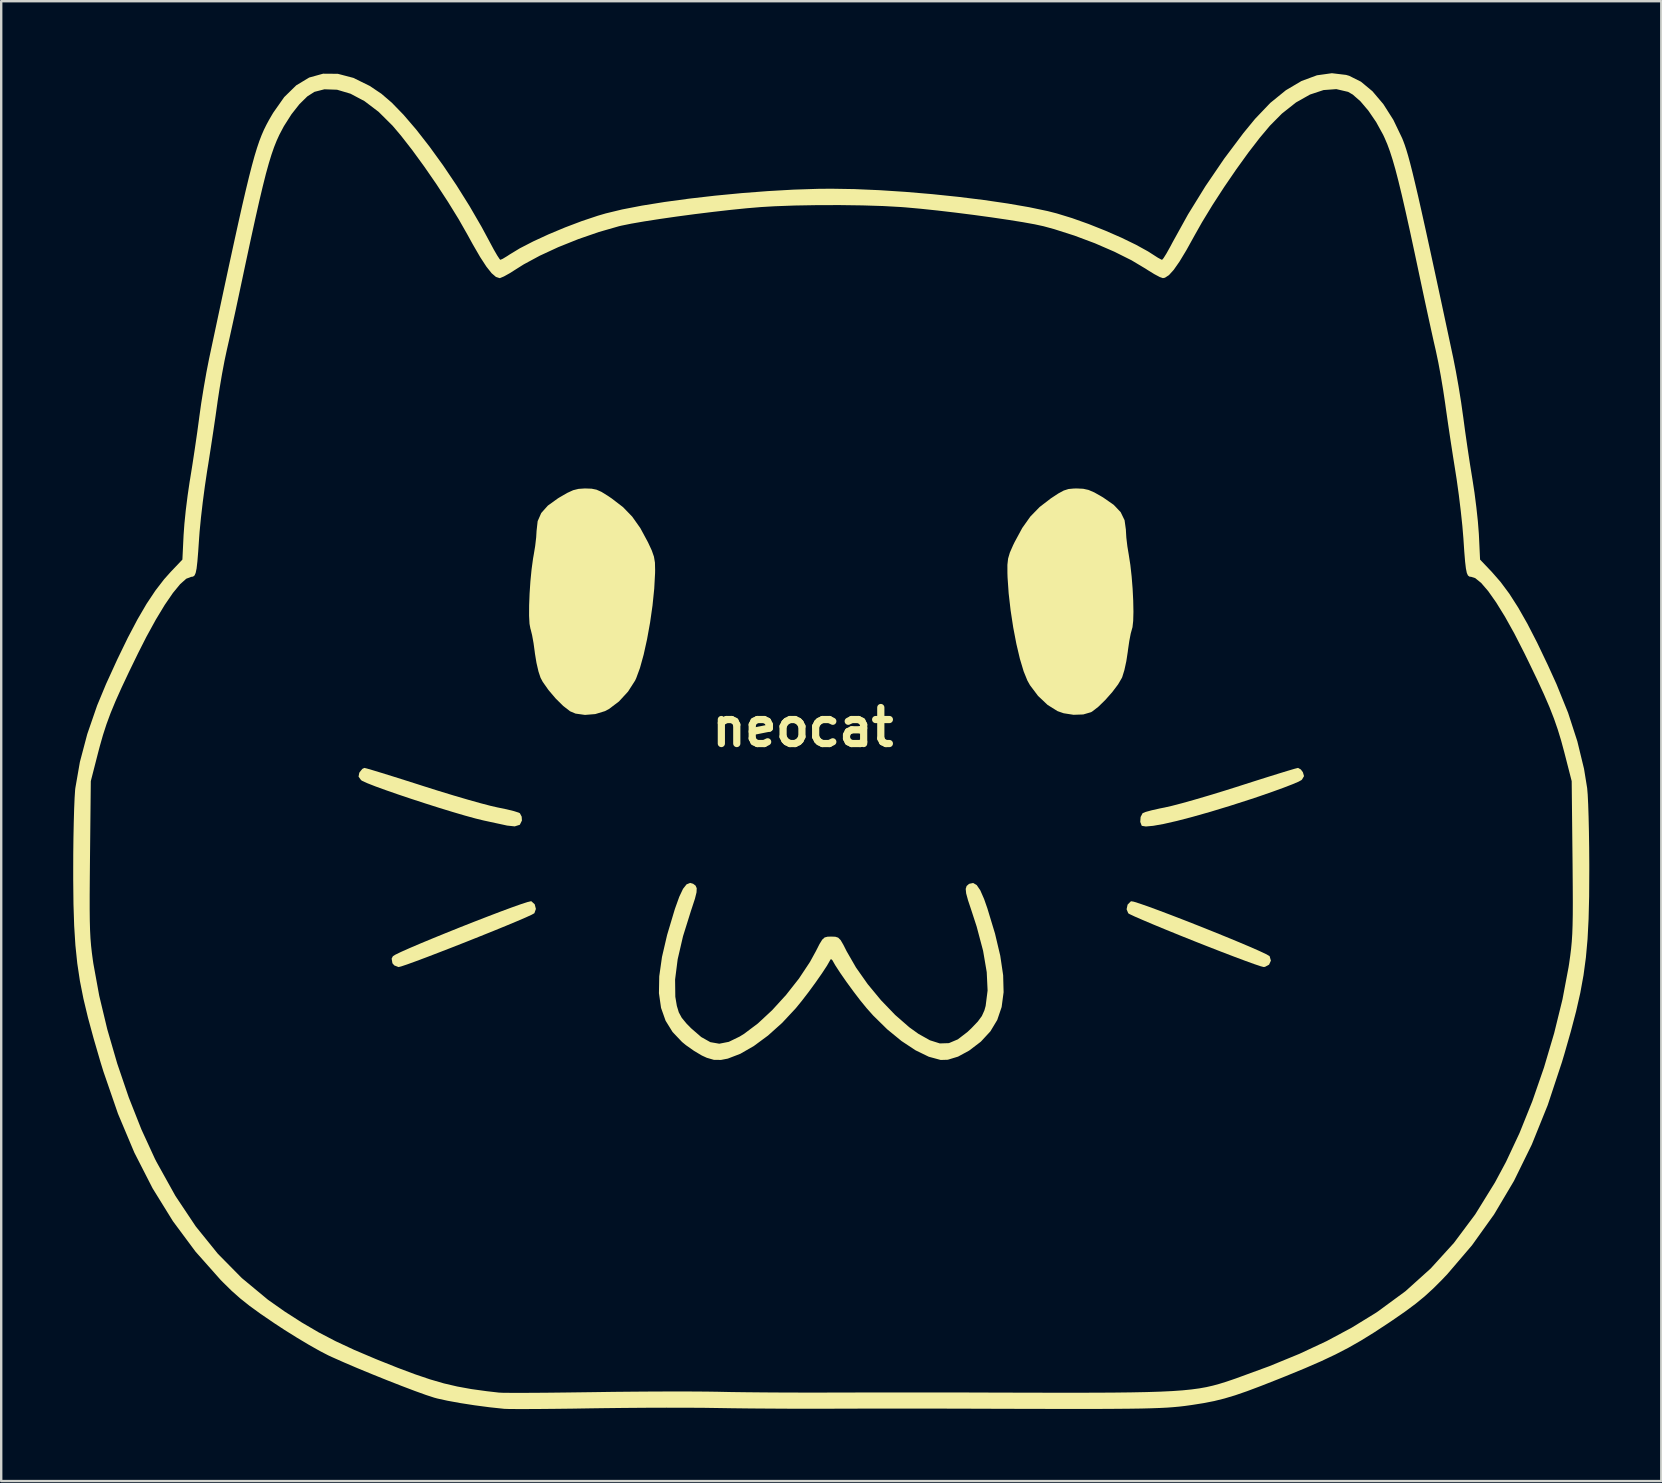
<source format=kicad_pcb>
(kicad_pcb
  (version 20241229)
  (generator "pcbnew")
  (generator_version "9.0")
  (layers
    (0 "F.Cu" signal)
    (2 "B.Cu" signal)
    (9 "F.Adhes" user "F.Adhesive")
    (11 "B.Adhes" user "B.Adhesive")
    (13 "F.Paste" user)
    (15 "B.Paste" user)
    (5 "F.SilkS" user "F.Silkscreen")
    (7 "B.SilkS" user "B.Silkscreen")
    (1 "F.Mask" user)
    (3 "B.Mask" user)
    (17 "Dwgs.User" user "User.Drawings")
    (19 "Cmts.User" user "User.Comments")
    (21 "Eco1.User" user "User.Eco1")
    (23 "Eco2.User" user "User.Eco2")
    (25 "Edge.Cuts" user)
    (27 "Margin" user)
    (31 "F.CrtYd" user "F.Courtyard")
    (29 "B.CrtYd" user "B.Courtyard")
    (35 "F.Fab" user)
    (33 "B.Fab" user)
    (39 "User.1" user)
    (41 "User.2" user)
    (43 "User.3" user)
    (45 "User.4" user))
  (footprint "neocat"
    (layer "F.Cu")
    (at 30.395 27.248)
    (property "Reference" "neocat" (at 0 0 0) (layer "F.SilkS") (effects (font (size 1.5 1.5) (thickness 0.3))))
    (attr board_only exclude_from_pos_files exclude_from_bom)
    (fp_poly (pts (xy -11.308 7.249) (xy -11.168 7.377) (xy -11.119 7.569) (xy -11.18 7.742) (xy -11.188 7.751) (xy -11.296 7.811) (xy -11.54 7.923) (xy -11.896 8.076) (xy -12.344 8.263) (xy -12.859 8.474) (xy -13.421 8.7) (xy -14.005 8.933) (xy -14.589 9.163) (xy -15.152 9.381) (xy -15.67 9.58) (xy -16.121 9.749) (xy -16.482 9.88) (xy -16.73 9.963) (xy -16.842 9.991) (xy -17.018 9.922) (xy -17.096 9.833) (xy -17.129 9.64) (xy -17.078 9.54) (xy -16.975 9.475) (xy -16.736 9.359) (xy -16.385 9.203) (xy -15.943 9.014) (xy -15.431 8.801) (xy -14.872 8.573) (xy -14.288 8.338) (xy -13.7 8.106) (xy -13.13 7.885) (xy -12.601 7.683) (xy -12.134 7.51) (xy -11.751 7.374) (xy -11.474 7.284) (xy -11.324 7.248)) (stroke (width 0) (type solid)) (fill yes) (layer "F.SilkS"))
    (fp_poly (pts (xy 13.787 7.267) (xy 14.029 7.343) (xy 14.384 7.466) (xy 14.829 7.63) (xy 15.342 7.824) (xy 15.902 8.04) (xy 16.487 8.27) (xy 17.075 8.505) (xy 17.643 8.736) (xy 18.171 8.954) (xy 18.636 9.151) (xy 19.016 9.318) (xy 19.289 9.446) (xy 19.434 9.527) (xy 19.449 9.54) (xy 19.502 9.723) (xy 19.426 9.89) (xy 19.254 9.983) (xy 19.195 9.988) (xy 19.074 9.956) (xy 18.815 9.869) (xy 18.439 9.733) (xy 17.966 9.556) (xy 17.414 9.345) (xy 16.804 9.107) (xy 16.341 8.924) (xy 15.704 8.669) (xy 15.115 8.429) (xy 14.593 8.213) (xy 14.157 8.028) (xy 13.826 7.884) (xy 13.62 7.787) (xy 13.559 7.751) (xy 13.49 7.582) (xy 13.532 7.389) (xy 13.666 7.254) (xy 13.679 7.249)) (stroke (width 0) (type solid)) (fill yes) (layer "F.SilkS"))
    (fp_poly (pts (xy 20.75 1.76) (xy 20.834 1.873) (xy 20.882 2.036) (xy 20.8 2.175) (xy 20.773 2.202) (xy 20.651 2.269) (xy 20.391 2.379) (xy 20.02 2.522) (xy 19.56 2.689) (xy 19.036 2.871) (xy 18.669 2.994) (xy 17.795 3.275) (xy 16.982 3.522) (xy 16.241 3.732) (xy 15.588 3.902) (xy 15.037 4.028) (xy 14.601 4.106) (xy 14.293 4.134) (xy 14.129 4.108) (xy 14.118 4.099) (xy 14.059 3.943) (xy 14.074 3.738) (xy 14.155 3.583) (xy 14.161 3.578) (xy 14.286 3.527) (xy 14.536 3.459) (xy 14.868 3.384) (xy 15.071 3.344) (xy 15.367 3.277) (xy 15.793 3.166) (xy 16.32 3.018) (xy 16.916 2.843) (xy 17.552 2.649) (xy 18.197 2.446) (xy 18.203 2.443) (xy 18.803 2.251) (xy 19.353 2.077) (xy 19.831 1.928) (xy 20.217 1.81) (xy 20.488 1.73) (xy 20.625 1.695) (xy 20.635 1.694)) (stroke (width 0) (type solid)) (fill yes) (layer "F.SilkS"))
    (fp_poly (pts (xy -18.16 1.719) (xy -17.916 1.79) (xy -17.553 1.9) (xy -17.093 2.043) (xy -16.557 2.212) (xy -15.966 2.4) (xy -15.833 2.443) (xy -15.188 2.647) (xy -14.552 2.841) (xy -13.955 3.016) (xy -13.428 3.164) (xy -13 3.276) (xy -12.702 3.344) (xy -12.7 3.344) (xy -12.341 3.418) (xy -12.039 3.492) (xy -11.838 3.556) (xy -11.786 3.582) (xy -11.711 3.725) (xy -11.701 3.887) (xy -11.789 4.063) (xy -12.002 4.13) (xy -12.319 4.096) (xy -12.473 4.062) (xy -12.746 4.003) (xy -13.093 3.928) (xy -13.293 3.885) (xy -13.632 3.802) (xy -14.069 3.682) (xy -14.579 3.532) (xy -15.138 3.361) (xy -15.72 3.176) (xy -16.303 2.986) (xy -16.86 2.799) (xy -17.368 2.622) (xy -17.801 2.465) (xy -18.135 2.334) (xy -18.346 2.239) (xy -18.402 2.203) (xy -18.507 2.058) (xy -18.479 1.905) (xy -18.463 1.873) (xy -18.35 1.734) (xy -18.264 1.694)) (stroke (width 0) (type solid)) (fill yes) (layer "F.SilkS"))
    (fp_poly (pts (xy -8.798 -9.939) (xy -8.595 -9.898) (xy -8.387 -9.806) (xy -8.121 -9.641) (xy -7.962 -9.533) (xy -7.49 -9.171) (xy -7.105 -8.773) (xy -6.768 -8.296) (xy -6.449 -7.705) (xy -6.292 -7.367) (xy -6.201 -7.108) (xy -6.159 -6.858) (xy -6.152 -6.549) (xy -6.154 -6.42) (xy -6.189 -5.774) (xy -6.26 -5.077) (xy -6.362 -4.362) (xy -6.488 -3.666) (xy -6.63 -3.024) (xy -6.783 -2.471) (xy -6.941 -2.041) (xy -6.986 -1.945) (xy -7.281 -1.485) (xy -7.659 -1.074) (xy -8.073 -0.761) (xy -8.241 -0.672) (xy -8.644 -0.549) (xy -9.074 -0.514) (xy -9.468 -0.569) (xy -9.694 -0.665) (xy -9.98 -0.886) (xy -10.296 -1.199) (xy -10.596 -1.552) (xy -10.834 -1.891) (xy -10.925 -2.062) (xy -11.012 -2.324) (xy -11.095 -2.683) (xy -11.159 -3.072) (xy -11.167 -3.139) (xy -11.217 -3.504) (xy -11.277 -3.835) (xy -11.335 -4.07) (xy -11.347 -4.106) (xy -11.385 -4.31) (xy -11.403 -4.646) (xy -11.401 -5.077) (xy -11.382 -5.566) (xy -11.348 -6.079) (xy -11.299 -6.577) (xy -11.238 -7.026) (xy -11.21 -7.183) (xy -11.149 -7.552) (xy -11.107 -7.914) (xy -11.091 -8.181) (xy -11.046 -8.585) (xy -10.896 -8.926) (xy -10.621 -9.234) (xy -10.201 -9.536) (xy -10.146 -9.57) (xy -9.815 -9.762) (xy -9.566 -9.876) (xy -9.343 -9.931) (xy -9.09 -9.948) (xy -9.047 -9.948)) (stroke (width 0) (type solid)) (fill yes) (layer "F.SilkS"))
    (fp_poly (pts (xy 11.68 -9.936) (xy 11.904 -9.887) (xy 12.146 -9.783) (xy 12.461 -9.604) (xy 12.517 -9.57) (xy 12.953 -9.266) (xy 13.243 -8.961) (xy 13.406 -8.625) (xy 13.461 -8.229) (xy 13.462 -8.181) (xy 13.479 -7.902) (xy 13.522 -7.538) (xy 13.581 -7.183) (xy 13.646 -6.765) (xy 13.7 -6.282) (xy 13.741 -5.771) (xy 13.766 -5.268) (xy 13.775 -4.809) (xy 13.765 -4.431) (xy 13.736 -4.17) (xy 13.718 -4.106) (xy 13.662 -3.903) (xy 13.602 -3.59) (xy 13.549 -3.228) (xy 13.538 -3.139) (xy 13.479 -2.753) (xy 13.398 -2.381) (xy 13.31 -2.096) (xy 13.295 -2.059) (xy 13.135 -1.785) (xy 12.89 -1.461) (xy 12.601 -1.135) (xy 12.31 -0.851) (xy 12.056 -0.655) (xy 12.007 -0.627) (xy 11.683 -0.533) (xy 11.28 -0.519) (xy 10.867 -0.583) (xy 10.612 -0.672) (xy 10.198 -0.931) (xy 9.799 -1.308) (xy 9.464 -1.754) (xy 9.357 -1.945) (xy 9.2 -2.332) (xy 9.044 -2.853) (xy 8.898 -3.473) (xy 8.767 -4.157) (xy 8.658 -4.87) (xy 8.577 -5.576) (xy 8.531 -6.24) (xy 8.525 -6.42) (xy 8.524 -6.765) (xy 8.553 -7.027) (xy 8.626 -7.275) (xy 8.759 -7.579) (xy 8.82 -7.705) (xy 9.144 -8.304) (xy 9.481 -8.779) (xy 9.867 -9.176) (xy 10.332 -9.533) (xy 10.643 -9.738) (xy 10.872 -9.862) (xy 11.07 -9.925) (xy 11.291 -9.946) (xy 11.418 -9.948)) (stroke (width 0) (type solid)) (fill yes) (layer "F.SilkS"))
    (fp_poly (pts (xy -4.57 6.52) (xy -4.468 6.596) (xy -4.419 6.705) (xy -4.427 6.878) (xy -4.493 7.143) (xy -4.619 7.529) (xy -4.651 7.623) (xy -4.99 8.707) (xy -5.213 9.669) (xy -5.32 10.51) (xy -5.311 11.228) (xy -5.247 11.609) (xy -5.165 11.879) (xy -5.041 12.107) (xy -4.841 12.349) (xy -4.65 12.543) (xy -4.231 12.906) (xy -3.852 13.119) (xy -3.479 13.184) (xy -3.083 13.106) (xy -2.63 12.886) (xy -2.444 12.771) (xy -1.872 12.341) (xy -1.278 11.789) (xy -0.697 11.152) (xy -0.16 10.47) (xy 0.298 9.779) (xy 0.542 9.335) (xy 0.697 9.031) (xy 0.809 8.849) (xy 0.91 8.757) (xy 1.034 8.725) (xy 1.185 8.721) (xy 1.354 8.727) (xy 1.473 8.765) (xy 1.575 8.866) (xy 1.69 9.062) (xy 1.828 9.335) (xy 2.216 10.009) (xy 2.703 10.701) (xy 3.258 11.372) (xy 3.848 11.985) (xy 4.438 12.5) (xy 4.815 12.771) (xy 5.296 13.041) (xy 5.709 13.172) (xy 6.087 13.16) (xy 6.46 13.002) (xy 6.861 12.694) (xy 7.021 12.543) (xy 7.29 12.262) (xy 7.46 12.031) (xy 7.566 11.795) (xy 7.618 11.609) (xy 7.699 10.967) (xy 7.663 10.202) (xy 7.512 9.314) (xy 7.244 8.305) (xy 7.022 7.623) (xy 6.884 7.209) (xy 6.806 6.922) (xy 6.787 6.734) (xy 6.825 6.614) (xy 6.916 6.534) (xy 6.941 6.52) (xy 7.097 6.488) (xy 7.245 6.574) (xy 7.394 6.793) (xy 7.553 7.155) (xy 7.69 7.546) (xy 8.008 8.596) (xy 8.227 9.52) (xy 8.347 10.33) (xy 8.366 11.038) (xy 8.284 11.656) (xy 8.101 12.195) (xy 7.816 12.668) (xy 7.429 13.087) (xy 7.399 13.114) (xy 6.93 13.471) (xy 6.468 13.722) (xy 6.041 13.852) (xy 5.745 13.861) (xy 5.25 13.727) (xy 4.698 13.459) (xy 4.113 13.072) (xy 3.517 12.584) (xy 2.932 12.009) (xy 2.662 11.706) (xy 2.401 11.387) (xy 2.113 11.01) (xy 1.824 10.615) (xy 1.562 10.238) (xy 1.354 9.919) (xy 1.23 9.702) (xy 1.173 9.656) (xy 1.14 9.702) (xy 1.009 9.932) (xy 0.797 10.255) (xy 0.533 10.633) (xy 0.244 11.029) (xy -0.044 11.403) (xy -0.291 11.706) (xy -0.859 12.315) (xy -1.449 12.844) (xy -2.038 13.279) (xy -2.604 13.605) (xy -3.125 13.805) (xy -3.405 13.859) (xy -3.7 13.857) (xy -3.998 13.771) (xy -4.205 13.676) (xy -4.527 13.485) (xy -4.868 13.245) (xy -5.031 13.111) (xy -5.425 12.696) (xy -5.716 12.226) (xy -5.905 11.691) (xy -5.993 11.077) (xy -5.98 10.374) (xy -5.866 9.569) (xy -5.652 8.651) (xy -5.34 7.608) (xy -5.32 7.546) (xy -5.146 7.062) (xy -4.99 6.732) (xy -4.842 6.545) (xy -4.693 6.485)) (stroke (width 0) (type solid)) (fill yes) (layer "F.SilkS"))
    (fp_poly (pts (xy 22.636 -27.177) (xy 22.765 -27.139) (xy 23.253 -26.895) (xy 23.732 -26.497) (xy 24.186 -25.961) (xy 24.603 -25.305) (xy 24.969 -24.543) (xy 25.013 -24.434) (xy 25.076 -24.265) (xy 25.144 -24.059) (xy 25.219 -23.807) (xy 25.303 -23.498) (xy 25.399 -23.121) (xy 25.508 -22.667) (xy 25.635 -22.126) (xy 25.779 -21.488) (xy 25.945 -20.742) (xy 26.134 -19.878) (xy 26.349 -18.887) (xy 26.592 -17.758) (xy 26.865 -16.481) (xy 27.1 -15.379) (xy 27.208 -14.83) (xy 27.322 -14.19) (xy 27.427 -13.537) (xy 27.51 -12.949) (xy 27.514 -12.924) (xy 27.593 -12.335) (xy 27.69 -11.66) (xy 27.793 -10.979) (xy 27.891 -10.372) (xy 27.898 -10.329) (xy 27.984 -9.769) (xy 28.061 -9.165) (xy 28.124 -8.581) (xy 28.163 -8.084) (xy 28.168 -8.001) (xy 28.216 -6.985) (xy 28.704 -6.473) (xy 29.069 -6.055) (xy 29.432 -5.567) (xy 29.8 -4.993) (xy 30.185 -4.317) (xy 30.594 -3.523) (xy 31.037 -2.596) (xy 31.399 -1.799) (xy 31.882 -0.605) (xy 32.268 0.585) (xy 32.547 1.732) (xy 32.678 2.538) (xy 32.7 2.803) (xy 32.72 3.21) (xy 32.737 3.731) (xy 32.751 4.338) (xy 32.761 5.004) (xy 32.766 5.701) (xy 32.766 5.976) (xy 32.76 7.049) (xy 32.737 7.987) (xy 32.694 8.823) (xy 32.625 9.592) (xy 32.526 10.328) (xy 32.392 11.064) (xy 32.217 11.835) (xy 31.997 12.673) (xy 31.728 13.614) (xy 31.628 13.948) (xy 31.035 15.74) (xy 30.37 17.387) (xy 29.627 18.902) (xy 28.799 20.297) (xy 27.878 21.584) (xy 26.859 22.776) (xy 26.63 23.018) (xy 26.261 23.386) (xy 25.907 23.71) (xy 25.529 24.02) (xy 25.09 24.346) (xy 24.552 24.718) (xy 24.384 24.831) (xy 23.796 25.217) (xy 23.256 25.551) (xy 22.732 25.85) (xy 22.189 26.131) (xy 21.596 26.411) (xy 20.92 26.705) (xy 20.128 27.031) (xy 19.803 27.161) (xy 19.094 27.44) (xy 18.507 27.661) (xy 18.008 27.833) (xy 17.562 27.966) (xy 17.138 28.071) (xy 16.7 28.157) (xy 16.215 28.234) (xy 16.129 28.246) (xy 15.911 28.276) (xy 15.689 28.302) (xy 15.451 28.324) (xy 15.185 28.344) (xy 14.879 28.359) (xy 14.52 28.372) (xy 14.098 28.383) (xy 13.599 28.39) (xy 13.012 28.395) (xy 12.323 28.399) (xy 11.523 28.4) (xy 10.597 28.399) (xy 9.535 28.397) (xy 8.323 28.394) (xy 7.408 28.391) (xy 6.51 28.388) (xy 5.548 28.386) (xy 4.56 28.386) (xy 3.588 28.386) (xy 2.67 28.386) (xy 1.846 28.388) (xy 1.228 28.39) (xy 0.437 28.392) (xy -0.425 28.391) (xy -1.309 28.386) (xy -2.165 28.38) (xy -2.943 28.371) (xy -3.514 28.362) (xy -4.12 28.353) (xy -4.856 28.349) (xy -5.685 28.348) (xy -6.567 28.351) (xy -7.463 28.358) (xy -8.336 28.368) (xy -8.848 28.375) (xy -9.586 28.387) (xy -10.285 28.395) (xy -10.923 28.401) (xy -11.479 28.404) (xy -11.932 28.404) (xy -12.259 28.401) (xy -12.44 28.395) (xy -12.446 28.394) (xy -13.049 28.33) (xy -13.671 28.248) (xy -14.269 28.155) (xy -14.801 28.058) (xy -15.225 27.965) (xy -15.358 27.929) (xy -15.7 27.817) (xy -16.163 27.65) (xy -16.714 27.441) (xy -17.319 27.204) (xy -17.945 26.952) (xy -18.558 26.699) (xy -19.124 26.457) (xy -19.61 26.241) (xy -19.77 26.167) (xy -20.12 25.986) (xy -20.568 25.733) (xy -21.072 25.432) (xy -21.591 25.108) (xy -22.013 24.831) (xy -22.585 24.441) (xy -23.047 24.106) (xy -23.438 23.795) (xy -23.795 23.478) (xy -24.155 23.124) (xy -24.259 23.018) (xy -25.3 21.845) (xy -26.24 20.579) (xy -27.088 19.208) (xy -27.849 17.719) (xy -28.53 16.101) (xy -29.137 14.341) (xy -29.258 13.948) (xy -29.544 12.967) (xy -29.78 12.099) (xy -29.969 11.31) (xy -30.116 10.567) (xy -30.226 9.835) (xy -30.304 9.08) (xy -30.355 8.269) (xy -30.377 7.584) (xy -29.709 7.584) (xy -29.704 8.058) (xy -29.693 8.454) (xy -29.676 8.793) (xy -29.651 9.098) (xy -29.618 9.393) (xy -29.577 9.699) (xy -29.555 9.848) (xy -29.312 11.181) (xy -28.975 12.586) (xy -28.56 14.015) (xy -28.081 15.421) (xy -27.553 16.757) (xy -26.992 17.977) (xy -26.926 18.106) (xy -26.136 19.527) (xy -25.288 20.798) (xy -24.37 21.934) (xy -23.372 22.946) (xy -22.282 23.85) (xy -21.589 24.338) (xy -20.866 24.802) (xy -20.173 25.207) (xy -19.464 25.577) (xy -18.691 25.938) (xy -17.807 26.313) (xy -17.695 26.359) (xy -16.867 26.689) (xy -16.157 26.955) (xy -15.531 27.167) (xy -14.954 27.335) (xy -14.392 27.466) (xy -13.809 27.572) (xy -13.172 27.66) (xy -12.658 27.719) (xy -12.502 27.726) (xy -12.196 27.729) (xy -11.76 27.73) (xy -11.214 27.728) (xy -10.578 27.723) (xy -9.87 27.715) (xy -9.11 27.705) (xy -8.721 27.7) (xy -7.876 27.688) (xy -7.017 27.68) (xy -6.173 27.674) (xy -5.373 27.672) (xy -4.649 27.673) (xy -4.028 27.677) (xy -3.542 27.684) (xy -3.471 27.686) (xy -2.976 27.696) (xy -2.346 27.704) (xy -1.618 27.711) (xy -0.827 27.716) (xy -0.007 27.718) (xy 0.806 27.718) (xy 1.228 27.717) (xy 2.108 27.715) (xy 3.091 27.713) (xy 4.124 27.712) (xy 5.154 27.712) (xy 6.131 27.713) (xy 7 27.715) (xy 7.154 27.716) (xy 8.596 27.72) (xy 9.88 27.723) (xy 11.017 27.725) (xy 12.019 27.723) (xy 12.897 27.719) (xy 13.662 27.71) (xy 14.326 27.697) (xy 14.899 27.679) (xy 15.395 27.655) (xy 15.822 27.625) (xy 16.194 27.587) (xy 16.521 27.543) (xy 16.815 27.49) (xy 17.086 27.428) (xy 17.347 27.357) (xy 17.609 27.276) (xy 17.883 27.184) (xy 18.056 27.124) (xy 19.446 26.615) (xy 20.694 26.102) (xy 21.825 25.573) (xy 22.866 25.015) (xy 23.842 24.416) (xy 23.96 24.338) (xy 25.11 23.493) (xy 26.161 22.546) (xy 27.125 21.485) (xy 28.013 20.296) (xy 28.836 18.965) (xy 29.297 18.106) (xy 29.861 16.902) (xy 30.394 15.577) (xy 30.879 14.176) (xy 31.302 12.748) (xy 31.649 11.338) (xy 31.903 9.994) (xy 31.926 9.848) (xy 31.971 9.529) (xy 32.008 9.232) (xy 32.036 8.934) (xy 32.057 8.613) (xy 32.07 8.246) (xy 32.078 7.81) (xy 32.08 7.283) (xy 32.077 6.642) (xy 32.071 5.865) (xy 32.067 5.461) (xy 32.033 2.244) (xy 31.725 1.043) (xy 31.592 0.551) (xy 31.452 0.092) (xy 31.294 -0.363) (xy 31.107 -0.841) (xy 30.878 -1.371) (xy 30.597 -1.981) (xy 30.252 -2.698) (xy 30.06 -3.09) (xy 29.647 -3.899) (xy 29.254 -4.605) (xy 28.887 -5.199) (xy 28.554 -5.672) (xy 28.261 -6.013) (xy 28.014 -6.213) (xy 27.853 -6.265) (xy 27.773 -6.276) (xy 27.711 -6.323) (xy 27.664 -6.429) (xy 27.626 -6.616) (xy 27.592 -6.905) (xy 27.558 -7.32) (xy 27.521 -7.874) (xy 27.478 -8.389) (xy 27.412 -9.01) (xy 27.331 -9.676) (xy 27.241 -10.324) (xy 27.187 -10.668) (xy 27.089 -11.285) (xy 26.985 -11.958) (xy 26.885 -12.626) (xy 26.799 -13.224) (xy 26.76 -13.504) (xy 26.678 -14.052) (xy 26.58 -14.637) (xy 26.477 -15.193) (xy 26.38 -15.655) (xy 26.369 -15.706) (xy 26.286 -16.067) (xy 26.178 -16.555) (xy 26.052 -17.131) (xy 25.917 -17.754) (xy 25.782 -18.387) (xy 25.731 -18.627) (xy 25.498 -19.726) (xy 25.294 -20.674) (xy 25.114 -21.484) (xy 24.956 -22.172) (xy 24.815 -22.752) (xy 24.689 -23.238) (xy 24.572 -23.645) (xy 24.462 -23.988) (xy 24.355 -24.28) (xy 24.246 -24.536) (xy 24.179 -24.681) (xy 23.888 -25.21) (xy 23.564 -25.686) (xy 23.231 -26.078) (xy 22.911 -26.359) (xy 22.717 -26.471) (xy 22.228 -26.585) (xy 21.695 -26.546) (xy 21.131 -26.359) (xy 20.548 -26.03) (xy 19.96 -25.565) (xy 19.461 -25.061) (xy 19.036 -24.555) (xy 18.559 -23.936) (xy 18.056 -23.238) (xy 17.551 -22.5) (xy 17.069 -21.757) (xy 16.636 -21.046) (xy 16.331 -20.506) (xy 15.985 -19.882) (xy 15.696 -19.403) (xy 15.455 -19.058) (xy 15.255 -18.837) (xy 15.088 -18.728) (xy 15.003 -18.711) (xy 14.873 -18.756) (xy 14.647 -18.876) (xy 14.369 -19.047) (xy 14.291 -19.098) (xy 13.696 -19.454) (xy 12.975 -19.814) (xy 12.17 -20.163) (xy 11.321 -20.481) (xy 10.47 -20.753) (xy 10.033 -20.872) (xy 9.667 -20.952) (xy 9.163 -21.043) (xy 8.55 -21.141) (xy 7.859 -21.243) (xy 7.12 -21.344) (xy 6.363 -21.44) (xy 5.619 -21.527) (xy 4.917 -21.601) (xy 4.287 -21.658) (xy 4.106 -21.672) (xy 3.356 -21.714) (xy 2.486 -21.741) (xy 1.548 -21.754) (xy 0.591 -21.752) (xy -0.336 -21.736) (xy -1.181 -21.705) (xy -1.736 -21.672) (xy -2.336 -21.622) (xy -3.018 -21.553) (xy -3.752 -21.469) (xy -4.508 -21.376) (xy -5.256 -21.276) (xy -5.965 -21.174) (xy -6.606 -21.074) (xy -7.149 -20.98) (xy -7.562 -20.896) (xy -7.662 -20.872) (xy -8.497 -20.632) (xy -9.352 -20.336) (xy -10.186 -20.002) (xy -10.957 -19.645) (xy -11.624 -19.285) (xy -11.921 -19.098) (xy -12.205 -18.918) (xy -12.449 -18.782) (xy -12.609 -18.715) (xy -12.632 -18.711) (xy -12.784 -18.761) (xy -12.964 -18.916) (xy -13.18 -19.188) (xy -13.441 -19.588) (xy -13.753 -20.127) (xy -13.961 -20.506) (xy -14.334 -21.162) (xy -14.777 -21.881) (xy -15.264 -22.626) (xy -15.771 -23.36) (xy -16.272 -24.047) (xy -16.742 -24.65) (xy -17.09 -25.061) (xy -17.672 -25.639) (xy -18.26 -26.085) (xy -18.842 -26.394) (xy -19.402 -26.56) (xy -19.93 -26.578) (xy -20.346 -26.471) (xy -20.643 -26.281) (xy -20.97 -25.959) (xy -21.303 -25.536) (xy -21.619 -25.039) (xy -21.808 -24.681) (xy -21.919 -24.438) (xy -22.026 -24.17) (xy -22.134 -23.859) (xy -22.246 -23.493) (xy -22.367 -23.057) (xy -22.498 -22.535) (xy -22.645 -21.915) (xy -22.811 -21.18) (xy -23 -20.317) (xy -23.216 -19.311) (xy -23.361 -18.627) (xy -23.494 -18.001) (xy -23.629 -17.369) (xy -23.76 -16.771) (xy -23.876 -16.244) (xy -23.97 -15.829) (xy -23.998 -15.706) (xy -24.093 -15.261) (xy -24.196 -14.713) (xy -24.295 -14.128) (xy -24.38 -13.572) (xy -24.389 -13.504) (xy -24.464 -12.971) (xy -24.558 -12.334) (xy -24.661 -11.656) (xy -24.763 -11) (xy -24.817 -10.668) (xy -24.908 -10.057) (xy -24.996 -9.394) (xy -25.072 -8.74) (xy -25.129 -8.156) (xy -25.15 -7.874) (xy -25.188 -7.314) (xy -25.222 -6.901) (xy -25.255 -6.613) (xy -25.294 -6.428) (xy -25.341 -6.323) (xy -25.403 -6.276) (xy -25.482 -6.265) (xy -25.685 -6.188) (xy -25.94 -5.961) (xy -26.241 -5.595) (xy -26.581 -5.099) (xy -26.953 -4.484) (xy -27.351 -3.759) (xy -27.69 -3.09) (xy -28.069 -2.311) (xy -28.379 -1.653) (xy -28.632 -1.088) (xy -28.838 -0.589) (xy -29.009 -0.126) (xy -29.156 0.328) (xy -29.29 0.8) (xy -29.354 1.043) (xy -29.662 2.244) (xy -29.696 5.461) (xy -29.704 6.308) (xy -29.709 7.008) (xy -29.709 7.584) (xy -30.377 7.584) (xy -30.384 7.368) (xy -30.395 6.343) (xy -30.395 5.976) (xy -30.393 5.274) (xy -30.385 4.593) (xy -30.372 3.959) (xy -30.356 3.401) (xy -30.337 2.947) (xy -30.316 2.623) (xy -30.307 2.538) (xy -30.117 1.448) (xy -29.81 0.286) (xy -29.398 -0.908) (xy -29.028 -1.799) (xy -28.553 -2.838) (xy -28.119 -3.731) (xy -27.717 -4.494) (xy -27.338 -5.143) (xy -26.971 -5.694) (xy -26.609 -6.164) (xy -26.333 -6.473) (xy -25.846 -6.985) (xy -25.797 -8.001) (xy -25.763 -8.472) (xy -25.705 -9.044) (xy -25.629 -9.65) (xy -25.545 -10.224) (xy -25.527 -10.329) (xy -25.431 -10.927) (xy -25.328 -11.605) (xy -25.229 -12.284) (xy -25.148 -12.882) (xy -25.143 -12.924) (xy -25.061 -13.507) (xy -24.956 -14.159) (xy -24.843 -14.801) (xy -24.734 -15.356) (xy -24.729 -15.379) (xy -24.428 -16.792) (xy -24.16 -18.049) (xy -23.921 -19.162) (xy -23.708 -20.141) (xy -23.52 -20.997) (xy -23.353 -21.74) (xy -23.204 -22.38) (xy -23.071 -22.929) (xy -22.951 -23.397) (xy -22.842 -23.794) (xy -22.739 -24.132) (xy -22.642 -24.42) (xy -22.546 -24.669) (xy -22.45 -24.89) (xy -22.35 -25.093) (xy -22.244 -25.29) (xy -22.128 -25.49) (xy -22.063 -25.6) (xy -21.604 -26.253) (xy -21.103 -26.743) (xy -20.563 -27.068) (xy -19.985 -27.228) (xy -19.37 -27.223) (xy -18.722 -27.053) (xy -18.041 -26.718) (xy -17.554 -26.391) (xy -17.123 -26.021) (xy -16.635 -25.518) (xy -16.107 -24.903) (xy -15.554 -24.194) (xy -14.989 -23.414) (xy -14.428 -22.581) (xy -13.887 -21.718) (xy -13.38 -20.844) (xy -13.039 -20.21) (xy -12.871 -19.897) (xy -12.728 -19.651) (xy -12.629 -19.502) (xy -12.598 -19.474) (xy -12.498 -19.518) (xy -12.314 -19.629) (xy -12.217 -19.693) (xy -11.787 -19.954) (xy -11.232 -20.24) (xy -10.591 -20.536) (xy -9.902 -20.824) (xy -9.205 -21.088) (xy -8.538 -21.311) (xy -8.213 -21.406) (xy -7.527 -21.572) (xy -6.7 -21.732) (xy -5.761 -21.883) (xy -4.738 -22.022) (xy -3.66 -22.146) (xy -2.555 -22.252) (xy -1.452 -22.337) (xy -0.379 -22.398) (xy 0.635 -22.431) (xy 1.185 -22.436) (xy 2.153 -22.42) (xy 3.195 -22.375) (xy 4.284 -22.304) (xy 5.392 -22.21) (xy 6.489 -22.096) (xy 7.547 -21.965) (xy 8.538 -21.82) (xy 9.434 -21.665) (xy 10.205 -21.503) (xy 10.583 -21.406) (xy 11.219 -21.211) (xy 11.905 -20.967) (xy 12.603 -20.689) (xy 13.274 -20.396) (xy 13.879 -20.102) (xy 14.38 -19.826) (xy 14.588 -19.693) (xy 14.792 -19.562) (xy 14.937 -19.484) (xy 14.969 -19.474) (xy 15.03 -19.545) (xy 15.149 -19.735) (xy 15.303 -20.01) (xy 15.409 -20.21) (xy 16.048 -21.364) (xy 16.774 -22.539) (xy 17.554 -23.685) (xy 18.353 -24.75) (xy 18.844 -25.348) (xy 19.477 -26.011) (xy 20.125 -26.538) (xy 20.776 -26.923) (xy 21.42 -27.161) (xy 22.043 -27.248)) (stroke (width 0) (type solid)) (fill yes) (layer "F.SilkS")))
  (gr_rect
    (start -3 -3)
    (end 66.161 58.652)
    (stroke (width 0.1) (type default))
    (fill no)
    (layer "Edge.Cuts")))
</source>
